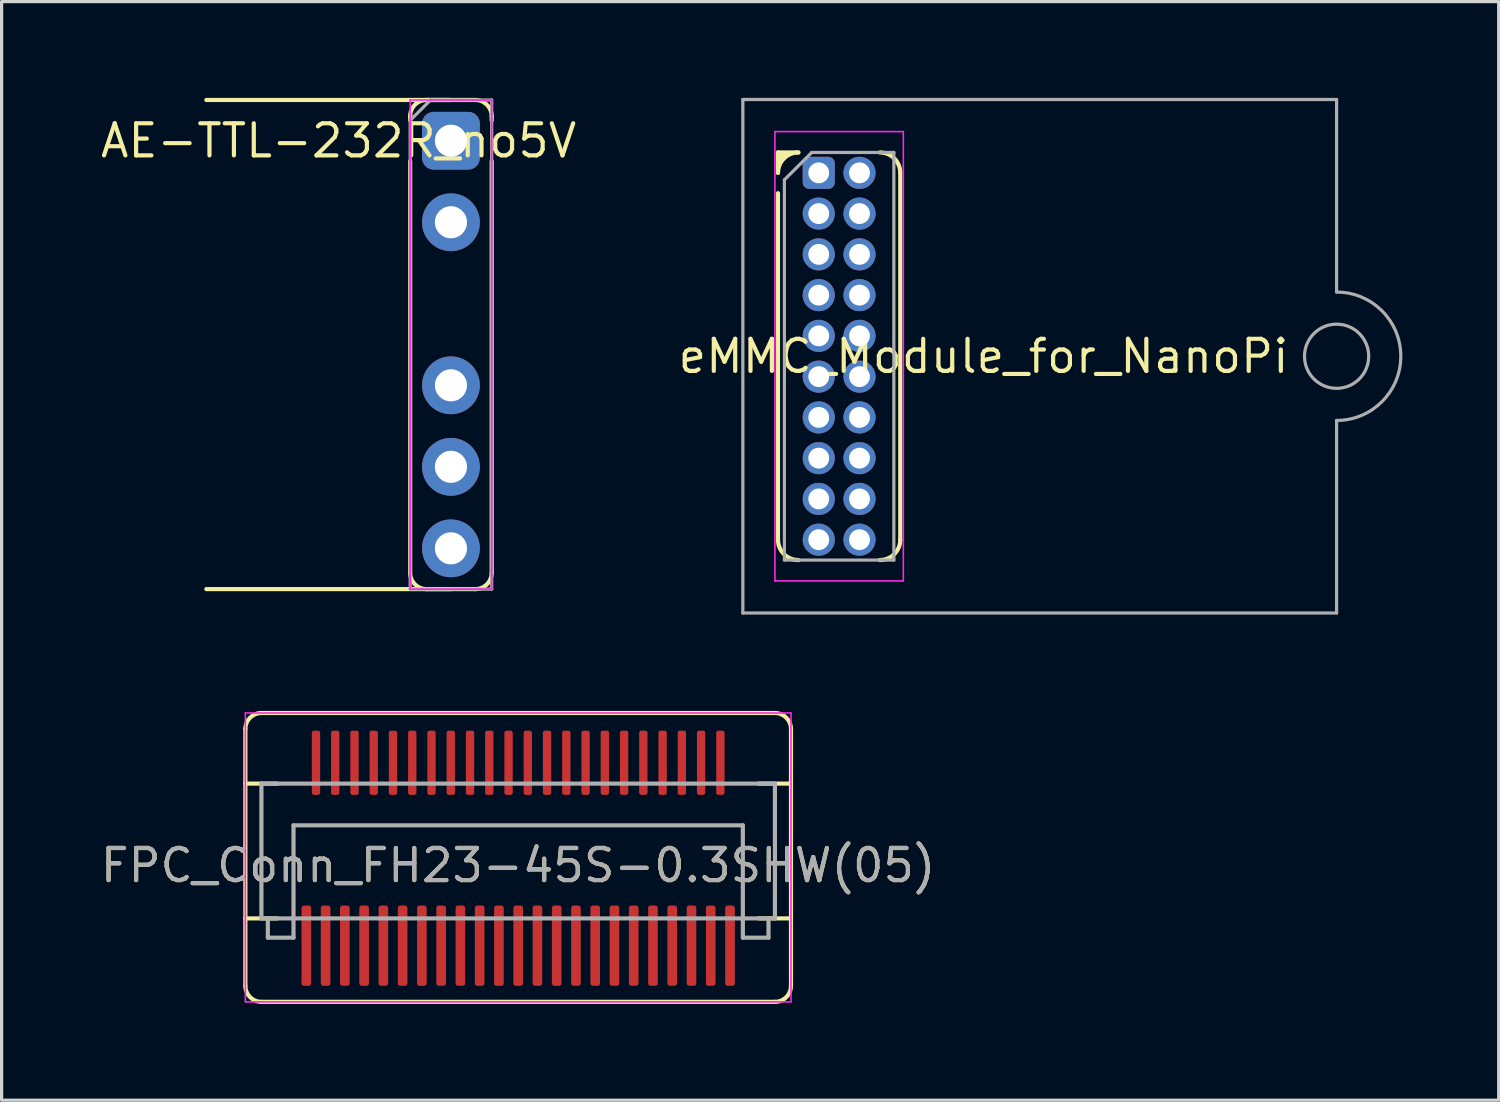
<source format=kicad_pcb>
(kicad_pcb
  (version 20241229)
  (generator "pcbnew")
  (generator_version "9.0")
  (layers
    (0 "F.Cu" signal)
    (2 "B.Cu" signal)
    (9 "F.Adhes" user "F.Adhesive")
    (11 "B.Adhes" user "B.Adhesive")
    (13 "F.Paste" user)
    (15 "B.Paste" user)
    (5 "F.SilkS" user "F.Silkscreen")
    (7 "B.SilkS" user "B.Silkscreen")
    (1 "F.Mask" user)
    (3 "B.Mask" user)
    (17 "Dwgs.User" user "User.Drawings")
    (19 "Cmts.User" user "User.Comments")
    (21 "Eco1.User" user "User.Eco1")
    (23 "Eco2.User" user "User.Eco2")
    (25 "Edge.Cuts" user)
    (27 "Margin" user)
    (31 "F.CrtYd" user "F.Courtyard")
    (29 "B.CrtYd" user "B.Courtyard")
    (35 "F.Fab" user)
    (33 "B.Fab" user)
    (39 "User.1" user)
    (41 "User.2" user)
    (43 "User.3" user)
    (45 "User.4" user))
  (footprint "AE-TTL-232R_no5V"
    (layer "F.Cu")
    (at 11 1.335)
    (property "Reference" "AE-TTL-232R_no5V" (at -3.5 0 0) (layer "F.SilkS") (effects (font (size 1 1) (thickness 0.13))))
    (attr through_hole)
    (fp_line (start -1.27 -0.635) (end -1.27 -0.762) (stroke (width 0.13) (type solid)) (layer "F.SilkS"))
    (fp_line (start -1.27 0.635) (end -1.27 13.462) (stroke (width 0.13) (type solid)) (layer "F.SilkS"))
    (fp_line (start -0.762 -1.27) (end 0.762 -1.27) (stroke (width 0.13) (type solid)) (layer "F.SilkS"))
    (fp_line (start -0.762 13.97) (end 0.762 13.97) (stroke (width 0.13) (type solid)) (layer "F.SilkS"))
    (fp_line (start 0 -1.27) (end -7.62 -1.27) (stroke (width 0.13) (type solid)) (layer "F.SilkS"))
    (fp_line (start 0 13.97) (end -7.62 13.97) (stroke (width 0.13) (type solid)) (layer "F.SilkS"))
    (fp_line (start 1.27 -0.635) (end 1.27 -0.762) (stroke (width 0.13) (type solid)) (layer "F.SilkS"))
    (fp_line (start 1.27 0.635) (end 1.27 13.462) (stroke (width 0.13) (type solid)) (layer "F.SilkS"))
    (fp_arc (start -1.27 -0.762) (mid -1.12121 -1.12121) (end -0.762 -1.27) (stroke (width 0.13) (type solid)) (layer "F.SilkS"))
    (fp_arc (start -0.762 13.97) (mid -1.12121 13.82121) (end -1.27 13.462) (stroke (width 0.13) (type solid)) (layer "F.SilkS"))
    (fp_arc (start 0.762 -1.27) (mid 1.12121 -1.12121) (end 1.27 -0.762) (stroke (width 0.13) (type solid)) (layer "F.SilkS"))
    (fp_arc (start 1.27 13.462) (mid 1.12121 13.82121) (end 0.762 13.97) (stroke (width 0.13) (type solid)) (layer "F.SilkS"))
    (fp_line (start -1.27 -1.27) (end -1.27 13.97) (stroke (width 0.05) (type solid)) (layer "F.CrtYd"))
    (fp_line (start -1.27 -1.27) (end 1.27 -1.27) (stroke (width 0.05) (type solid)) (layer "F.CrtYd"))
    (fp_line (start -1.27 13.97) (end 1.27 13.97) (stroke (width 0.05) (type solid)) (layer "F.CrtYd"))
    (fp_line (start 1.27 13.97) (end 1.27 -1.27) (stroke (width 0.05) (type solid)) (layer "F.CrtYd"))
    (fp_line (start -1.27 -0.635) (end -0.635 -1.27) (stroke (width 0.1) (type solid)) (layer "F.Fab"))
    (fp_line (start -1.27 13.97) (end -1.27 -0.635) (stroke (width 0.1) (type solid)) (layer "F.Fab"))
    (fp_line (start -0.635 -1.27) (end 1.27 -1.27) (stroke (width 0.1) (type solid)) (layer "F.Fab"))
    (fp_line (start 1.27 -1.27) (end 1.27 13.97) (stroke (width 0.1) (type solid)) (layer "F.Fab"))
    (fp_line (start 1.27 13.97) (end -1.27 13.97) (stroke (width 0.1) (type solid)) (layer "F.Fab"))
    (pad "1" thru_hole roundrect (at 0 0) (size 1.8 1.8) (drill 1) (layers "*.Cu" "*.Mask") (roundrect_rratio 0.2))
    (pad "2" thru_hole oval (at 0 2.54) (size 1.8 1.8) (drill 1) (layers "*.Cu" "*.Mask"))
    (pad "4" thru_hole oval (at 0 7.62) (size 1.8 1.8) (drill 1) (layers "*.Cu" "*.Mask"))
    (pad "5" thru_hole oval (at 0 10.16) (size 1.8 1.8) (drill 1) (layers "*.Cu" "*.Mask"))
    (pad "6" thru_hole oval (at 0 12.7) (size 1.8 1.8) (drill 1) (layers "*.Cu" "*.Mask")))
  (footprint "eMMC_Module_for_NanoPi"
    (layer "F.Cu")
    (at 23.095 8.05)
    (property "Reference" "eMMC_Module_for_NanoPi" (at 4.5 0 0) (layer "F.SilkS") (effects (font (size 1 1) (thickness 0.13))))
    (attr through_hole)
    (fp_line (start -1.905 -6.35) (end -1.27 -6.35) (stroke (width 0.13) (type solid)) (layer "F.SilkS"))
    (fp_line (start -1.905 -5.715) (end -1.905 -6.35) (stroke (width 0.13) (type solid)) (layer "F.SilkS"))
    (fp_line (start -1.905 -5.08) (end -1.905 5.715) (stroke (width 0.13) (type solid)) (layer "F.SilkS"))
    (fp_line (start 1.905 -5.715) (end 1.905 5.715) (stroke (width 0.13) (type solid)) (layer "F.SilkS"))
    (fp_arc (start -1.905 -5.715) (mid -1.719013 -6.164013) (end -1.27 -6.35) (stroke (width 0.13) (type solid)) (layer "F.SilkS"))
    (fp_arc (start -1.27 6.35) (mid -1.719013 6.164013) (end -1.905 5.715) (stroke (width 0.13) (type solid)) (layer "F.SilkS"))
    (fp_arc (start 1.27 -6.35) (mid 1.719013 -6.164013) (end 1.905 -5.715) (stroke (width 0.13) (type solid)) (layer "F.SilkS"))
    (fp_arc (start 1.905 5.715) (mid 1.719013 6.164013) (end 1.27 6.35) (stroke (width 0.13) (type solid)) (layer "F.SilkS"))
    (fp_poly (pts (xy -1.651 -6.223) (xy -1.778 -6.096) (xy -1.905 -6.096) (xy -1.905 -6.35) (xy -1.651 -6.35)) (stroke (width 0.1) (type solid)) (fill yes) (layer "F.SilkS"))
    (fp_line (start -2 -7) (end -2 7) (stroke (width 0.05) (type solid)) (layer "F.CrtYd"))
    (fp_line (start -2 7) (end 2 7) (stroke (width 0.05) (type solid)) (layer "F.CrtYd"))
    (fp_line (start 2 -7) (end -2 -7) (stroke (width 0.05) (type solid)) (layer "F.CrtYd"))
    (fp_line (start 2 7) (end 2 -7) (stroke (width 0.05) (type solid)) (layer "F.CrtYd"))
    (fp_line (start -3 -8) (end 15.5 -8) (stroke (width 0.1) (type solid)) (layer "F.Fab"))
    (fp_line (start -3 8) (end -3 -8) (stroke (width 0.1) (type solid)) (layer "F.Fab"))
    (fp_line (start -1.705 -5.497) (end -0.853 -6.35) (stroke (width 0.1) (type solid)) (layer "F.Fab"))
    (fp_line (start -1.705 6.35) (end -1.705 -5.497) (stroke (width 0.1) (type solid)) (layer "F.Fab"))
    (fp_line (start -0.853 -6.35) (end 1.705 -6.35) (stroke (width 0.1) (type solid)) (layer "F.Fab"))
    (fp_line (start 1.705 -6.35) (end 1.705 6.35) (stroke (width 0.1) (type solid)) (layer "F.Fab"))
    (fp_line (start 1.705 6.35) (end -1.705 6.35) (stroke (width 0.1) (type solid)) (layer "F.Fab"))
    (fp_line (start 15.5 -8) (end 15.5 -2) (stroke (width 0.1) (type solid)) (layer "F.Fab"))
    (fp_line (start 15.5 2) (end 15.5 8) (stroke (width 0.1) (type solid)) (layer "F.Fab"))
    (fp_line (start 15.5 8) (end -3 8) (stroke (width 0.1) (type solid)) (layer "F.Fab"))
    (fp_arc (start 15.5 -2) (mid 17.5 0) (end 15.5 2) (stroke (width 0.1) (type solid)) (layer "F.Fab"))
    (fp_circle (center 15.5 0) (end 16.5 0) (stroke (width 0.1) (type solid)) (fill no) (layer "F.Fab"))
    (pad "1" thru_hole roundrect (at -0.635 -5.715) (size 1 1) (drill 0.65) (layers "*.Cu" "*.Mask") (roundrect_rratio 0.2))
    (pad "2" thru_hole circle (at 0.635 -5.715) (size 1 1) (drill 0.65) (layers "*.Cu" "*.Mask"))
    (pad "3" thru_hole circle (at -0.635 -4.445) (size 1 1) (drill 0.65) (layers "*.Cu" "*.Mask"))
    (pad "4" thru_hole circle (at 0.635 -4.445) (size 1 1) (drill 0.65) (layers "*.Cu" "*.Mask"))
    (pad "5" thru_hole circle (at -0.635 -3.175) (size 1 1) (drill 0.65) (layers "*.Cu" "*.Mask"))
    (pad "6" thru_hole circle (at 0.635 -3.175) (size 1 1) (drill 0.65) (layers "*.Cu" "*.Mask"))
    (pad "7" thru_hole circle (at -0.635 -1.905) (size 1 1) (drill 0.65) (layers "*.Cu" "*.Mask"))
    (pad "8" thru_hole circle (at 0.635 -1.905) (size 1 1) (drill 0.65) (layers "*.Cu" "*.Mask"))
    (pad "9" thru_hole circle (at -0.635 -0.635) (size 1 1) (drill 0.65) (layers "*.Cu" "*.Mask"))
    (pad "10" thru_hole circle (at 0.635 -0.635) (size 1 1) (drill 0.65) (layers "*.Cu" "*.Mask"))
    (pad "11" thru_hole circle (at -0.635 0.635) (size 1 1) (drill 0.65) (layers "*.Cu" "*.Mask"))
    (pad "12" thru_hole circle (at 0.635 0.635) (size 1 1) (drill 0.65) (layers "*.Cu" "*.Mask"))
    (pad "13" thru_hole circle (at -0.635 1.905) (size 1 1) (drill 0.65) (layers "*.Cu" "*.Mask"))
    (pad "14" thru_hole circle (at 0.635 1.905) (size 1 1) (drill 0.65) (layers "*.Cu" "*.Mask"))
    (pad "15" thru_hole circle (at -0.635 3.175) (size 1 1) (drill 0.65) (layers "*.Cu" "*.Mask"))
    (pad "16" thru_hole circle (at 0.635 3.175) (size 1 1) (drill 0.65) (layers "*.Cu" "*.Mask"))
    (pad "17" thru_hole circle (at -0.635 4.445) (size 1 1) (drill 0.65) (layers "*.Cu" "*.Mask"))
    (pad "18" thru_hole circle (at 0.635 4.445) (size 1 1) (drill 0.65) (layers "*.Cu" "*.Mask"))
    (pad "19" thru_hole circle (at -0.635 5.715) (size 1 1) (drill 0.65) (layers "*.Cu" "*.Mask"))
    (pad "20" thru_hole circle (at 0.635 5.715) (size 1 1) (drill 0.65) (layers "*.Cu" "*.Mask")))
  (footprint "FPC_Conn_FH23-45S-0.3SHW(05)"
    (layer "F.Cu")
    (at 13.095 25.165)
    (property "Reference" "FPC_Conn_FH23-45S-0.3SHW(05)" (at 0 -1.25 0) (layer "F.SilkS") (effects (font (size 1 1) (thickness 0.13))))
    (attr smd)
    (fp_line (start -8.5 2.5) (end -8.5 -5.5) (stroke (width 0.13) (type solid)) (layer "F.SilkS"))
    (fp_line (start -8 -6) (end 8 -6) (stroke (width 0.13) (type solid)) (layer "F.SilkS"))
    (fp_line (start -7.5 -3.8) (end -8.5 -3.8) (stroke (width 0.13) (type solid)) (layer "F.SilkS"))
    (fp_line (start -7.5 0.4) (end -8.5 0.4) (stroke (width 0.13) (type solid)) (layer "F.SilkS"))
    (fp_line (start 7.5 -3.8) (end 8.5 -3.8) (stroke (width 0.13) (type solid)) (layer "F.SilkS"))
    (fp_line (start 7.5 0.4) (end 8.5 0.4) (stroke (width 0.13) (type solid)) (layer "F.SilkS"))
    (fp_line (start 8 3) (end -8 3) (stroke (width 0.13) (type solid)) (layer "F.SilkS"))
    (fp_line (start 8.5 -5.5) (end 8.5 2.5) (stroke (width 0.13) (type solid)) (layer "F.SilkS"))
    (fp_arc (start -8.5 -5.5) (mid -8.353553 -5.853553) (end -8 -6) (stroke (width 0.13) (type solid)) (layer "F.SilkS"))
    (fp_arc (start -8 3) (mid -8.353553 2.853553) (end -8.5 2.5) (stroke (width 0.13) (type solid)) (layer "F.SilkS"))
    (fp_arc (start 8 -6) (mid 8.353553 -5.853553) (end 8.5 -5.5) (stroke (width 0.13) (type solid)) (layer "F.SilkS"))
    (fp_arc (start 8.5 2.5) (mid 8.353553 2.853553) (end 8 3) (stroke (width 0.13) (type solid)) (layer "F.SilkS"))
    (fp_line (start -8.5 -6) (end 8.5 -6) (stroke (width 0.05) (type solid)) (layer "F.CrtYd"))
    (fp_line (start -8.5 3) (end -8.5 -6) (stroke (width 0.05) (type solid)) (layer "F.CrtYd"))
    (fp_line (start 8.5 -6) (end 8.5 3) (stroke (width 0.05) (type solid)) (layer "F.CrtYd"))
    (fp_line (start 8.5 3) (end -8.5 3) (stroke (width 0.05) (type solid)) (layer "F.CrtYd"))
    (fp_line (start -8 -3.8) (end 8 -3.8) (stroke (width 0.13) (type solid)) (layer "F.Fab"))
    (fp_line (start -8 0.4) (end -8 -3.8) (stroke (width 0.13) (type solid)) (layer "F.Fab"))
    (fp_line (start -8 0.4) (end 8 0.4) (stroke (width 0.13) (type solid)) (layer "F.Fab"))
    (fp_line (start -7.8 1) (end -7.8 0.4) (stroke (width 0.13) (type solid)) (layer "F.Fab"))
    (fp_line (start -7 -2.5) (end -7 0.4) (stroke (width 0.13) (type solid)) (layer "F.Fab"))
    (fp_line (start -7 0.4) (end -7 1) (stroke (width 0.13) (type solid)) (layer "F.Fab"))
    (fp_line (start -7 1) (end -7.8 1) (stroke (width 0.13) (type solid)) (layer "F.Fab"))
    (fp_line (start 7 -2.5) (end -7 -2.5) (stroke (width 0.13) (type solid)) (layer "F.Fab"))
    (fp_line (start 7 -2.5) (end 7 0.4) (stroke (width 0.13) (type solid)) (layer "F.Fab"))
    (fp_line (start 7 1) (end 7 0.4) (stroke (width 0.13) (type solid)) (layer "F.Fab"))
    (fp_line (start 7.8 0.4) (end 7.8 1) (stroke (width 0.13) (type solid)) (layer "F.Fab"))
    (fp_line (start 7.8 1) (end 7 1) (stroke (width 0.13) (type solid)) (layer "F.Fab"))
    (fp_line (start 8 0.4) (end 8 -3.8) (stroke (width 0.13) (type solid)) (layer "F.Fab"))
    (fp_text user "${REFERENCE}" (at 0 -1.25 0) (layer "F.Fab") (effects (font (size 1 1) (thickness 0.13))))
    (pad "1" smd roundrect (at -6.6 1.25) (size 0.3 2.5) (layers "F.Cu" "F.Mask" "F.Paste") (roundrect_rratio 0.25))
    (pad "2" smd roundrect (at -6.3 -4.45) (size 0.26 2) (layers "F.Cu" "F.Mask" "F.Paste") (roundrect_rratio 0.25))
    (pad "3" smd roundrect (at -6 1.25) (size 0.3 2.5) (layers "F.Cu" "F.Mask" "F.Paste") (roundrect_rratio 0.25))
    (pad "4" smd roundrect (at -5.7 -4.45) (size 0.26 2) (layers "F.Cu" "F.Mask" "F.Paste") (roundrect_rratio 0.25))
    (pad "5" smd roundrect (at -5.4 1.25) (size 0.3 2.5) (layers "F.Cu" "F.Mask" "F.Paste") (roundrect_rratio 0.25))
    (pad "6" smd roundrect (at -5.1 -4.45) (size 0.26 2) (layers "F.Cu" "F.Mask" "F.Paste") (roundrect_rratio 0.25))
    (pad "7" smd roundrect (at -4.8 1.25) (size 0.3 2.5) (layers "F.Cu" "F.Mask" "F.Paste") (roundrect_rratio 0.25))
    (pad "8" smd roundrect (at -4.5 -4.45) (size 0.26 2) (layers "F.Cu" "F.Mask" "F.Paste") (roundrect_rratio 0.25))
    (pad "9" smd roundrect (at -4.2 1.25) (size 0.3 2.5) (layers "F.Cu" "F.Mask" "F.Paste") (roundrect_rratio 0.25))
    (pad "10" smd roundrect (at -3.9 -4.45) (size 0.26 2) (layers "F.Cu" "F.Mask" "F.Paste") (roundrect_rratio 0.25))
    (pad "11" smd roundrect (at -3.6 1.25) (size 0.3 2.5) (layers "F.Cu" "F.Mask" "F.Paste") (roundrect_rratio 0.25))
    (pad "12" smd roundrect (at -3.3 -4.45) (size 0.26 2) (layers "F.Cu" "F.Mask" "F.Paste") (roundrect_rratio 0.25))
    (pad "13" smd roundrect (at -3 1.25) (size 0.3 2.5) (layers "F.Cu" "F.Mask" "F.Paste") (roundrect_rratio 0.25))
    (pad "14" smd roundrect (at -2.7 -4.45) (size 0.26 2) (layers "F.Cu" "F.Mask" "F.Paste") (roundrect_rratio 0.25))
    (pad "15" smd roundrect (at -2.4 1.25) (size 0.3 2.5) (layers "F.Cu" "F.Mask" "F.Paste") (roundrect_rratio 0.25))
    (pad "16" smd roundrect (at -2.1 -4.45) (size 0.26 2) (layers "F.Cu" "F.Mask" "F.Paste") (roundrect_rratio 0.25))
    (pad "17" smd roundrect (at -1.8 1.25) (size 0.3 2.5) (layers "F.Cu" "F.Mask" "F.Paste") (roundrect_rratio 0.25))
    (pad "18" smd roundrect (at -1.5 -4.45) (size 0.26 2) (layers "F.Cu" "F.Mask" "F.Paste") (roundrect_rratio 0.25))
    (pad "19" smd roundrect (at -1.2 1.25) (size 0.3 2.5) (layers "F.Cu" "F.Mask" "F.Paste") (roundrect_rratio 0.25))
    (pad "20" smd roundrect (at -0.9 -4.45) (size 0.26 2) (layers "F.Cu" "F.Mask" "F.Paste") (roundrect_rratio 0.25))
    (pad "21" smd roundrect (at -0.6 1.25) (size 0.3 2.5) (layers "F.Cu" "F.Mask" "F.Paste") (roundrect_rratio 0.25))
    (pad "22" smd roundrect (at -0.3 -4.45) (size 0.26 2) (layers "F.Cu" "F.Mask" "F.Paste") (roundrect_rratio 0.25))
    (pad "23" smd roundrect (at 0 1.25) (size 0.3 2.5) (layers "F.Cu" "F.Mask" "F.Paste") (roundrect_rratio 0.25))
    (pad "24" smd roundrect (at 0.3 -4.45) (size 0.26 2) (layers "F.Cu" "F.Mask" "F.Paste") (roundrect_rratio 0.25))
    (pad "25" smd roundrect (at 0.6 1.25) (size 0.3 2.5) (layers "F.Cu" "F.Mask" "F.Paste") (roundrect_rratio 0.25))
    (pad "26" smd roundrect (at 0.9 -4.45) (size 0.26 2) (layers "F.Cu" "F.Mask" "F.Paste") (roundrect_rratio 0.25))
    (pad "27" smd roundrect (at 1.2 1.25) (size 0.3 2.5) (layers "F.Cu" "F.Mask" "F.Paste") (roundrect_rratio 0.25))
    (pad "28" smd roundrect (at 1.5 -4.45) (size 0.26 2) (layers "F.Cu" "F.Mask" "F.Paste") (roundrect_rratio 0.25))
    (pad "29" smd roundrect (at 1.8 1.25) (size 0.3 2.5) (layers "F.Cu" "F.Mask" "F.Paste") (roundrect_rratio 0.25))
    (pad "30" smd roundrect (at 2.1 -4.45) (size 0.26 2) (layers "F.Cu" "F.Mask" "F.Paste") (roundrect_rratio 0.25))
    (pad "31" smd roundrect (at 2.4 1.25) (size 0.3 2.5) (layers "F.Cu" "F.Mask" "F.Paste") (roundrect_rratio 0.25))
    (pad "32" smd roundrect (at 2.7 -4.45) (size 0.26 2) (layers "F.Cu" "F.Mask" "F.Paste") (roundrect_rratio 0.25))
    (pad "33" smd roundrect (at 3 1.25) (size 0.3 2.5) (layers "F.Cu" "F.Mask" "F.Paste") (roundrect_rratio 0.25))
    (pad "34" smd roundrect (at 3.3 -4.45) (size 0.26 2) (layers "F.Cu" "F.Mask" "F.Paste") (roundrect_rratio 0.25))
    (pad "35" smd roundrect (at 3.6 1.25) (size 0.3 2.5) (layers "F.Cu" "F.Mask" "F.Paste") (roundrect_rratio 0.25))
    (pad "36" smd roundrect (at 3.9 -4.45) (size 0.26 2) (layers "F.Cu" "F.Mask" "F.Paste") (roundrect_rratio 0.25))
    (pad "37" smd roundrect (at 4.2 1.25) (size 0.3 2.5) (layers "F.Cu" "F.Mask" "F.Paste") (roundrect_rratio 0.25))
    (pad "38" smd roundrect (at 4.5 -4.45) (size 0.26 2) (layers "F.Cu" "F.Mask" "F.Paste") (roundrect_rratio 0.25))
    (pad "39" smd roundrect (at 4.8 1.25) (size 0.3 2.5) (layers "F.Cu" "F.Mask" "F.Paste") (roundrect_rratio 0.25))
    (pad "40" smd roundrect (at 5.1 -4.45) (size 0.26 2) (layers "F.Cu" "F.Mask" "F.Paste") (roundrect_rratio 0.25))
    (pad "41" smd roundrect (at 5.4 1.25) (size 0.3 2.5) (layers "F.Cu" "F.Mask" "F.Paste") (roundrect_rratio 0.25))
    (pad "42" smd roundrect (at 5.7 -4.45) (size 0.26 2) (layers "F.Cu" "F.Mask" "F.Paste") (roundrect_rratio 0.25))
    (pad "43" smd roundrect (at 6 1.25) (size 0.3 2.5) (layers "F.Cu" "F.Mask" "F.Paste") (roundrect_rratio 0.25))
    (pad "44" smd roundrect (at 6.3 -4.45) (size 0.26 2) (layers "F.Cu" "F.Mask" "F.Paste") (roundrect_rratio 0.25))
    (pad "45" smd roundrect (at 6.6 1.25) (size 0.3 2.5) (layers "F.Cu" "F.Mask" "F.Paste") (roundrect_rratio 0.25)))
  (gr_rect
    (start -3 -3)
    (end 43.645 31.23)
    (stroke (width 0.1) (type default))
    (fill no)
    (layer "Edge.Cuts")))
</source>
